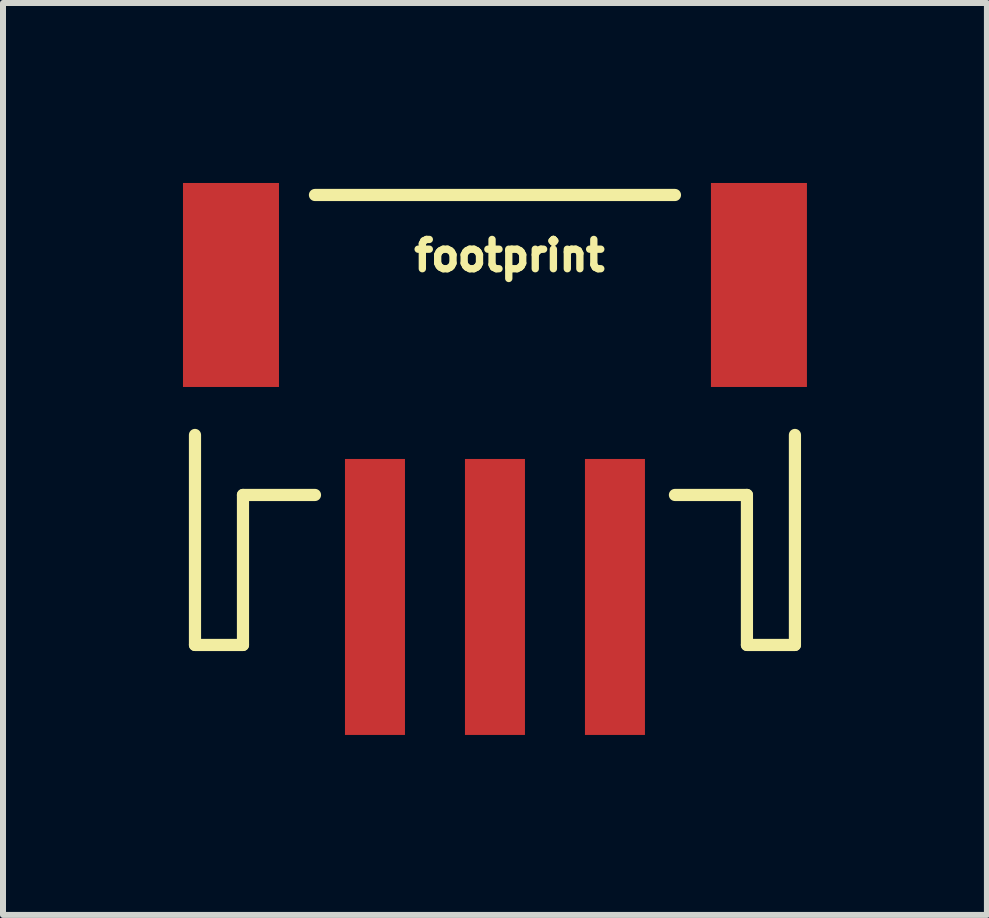
<source format=kicad_pcb>
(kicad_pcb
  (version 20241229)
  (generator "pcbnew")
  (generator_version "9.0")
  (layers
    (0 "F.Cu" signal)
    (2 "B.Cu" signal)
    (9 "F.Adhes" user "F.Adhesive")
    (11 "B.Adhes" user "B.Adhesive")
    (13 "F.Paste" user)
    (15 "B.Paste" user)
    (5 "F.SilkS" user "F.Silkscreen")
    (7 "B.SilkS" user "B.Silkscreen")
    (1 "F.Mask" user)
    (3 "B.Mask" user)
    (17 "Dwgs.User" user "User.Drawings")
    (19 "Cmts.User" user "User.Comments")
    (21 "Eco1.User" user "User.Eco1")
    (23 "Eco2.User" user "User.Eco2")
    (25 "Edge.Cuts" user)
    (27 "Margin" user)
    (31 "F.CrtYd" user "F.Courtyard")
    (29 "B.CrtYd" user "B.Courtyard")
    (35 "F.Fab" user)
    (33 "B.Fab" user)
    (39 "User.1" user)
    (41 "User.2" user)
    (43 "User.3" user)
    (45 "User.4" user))
  (footprint "footprint"
    (layer "F.Cu")
    (at 5.19 2.13)
    (property "Reference" "footprint" (at -1.397 -0.635 0) (layer "F.SilkS") (effects (font (size 0.488 0.488) (thickness 0.122)) (justify left bottom)))
    (fp_line (start -4.99 2.07) (end -4.99 5.57) (stroke (width 0.203) (type solid)) (layer "F.SilkS"))
    (fp_line (start -4.99 5.57) (end -4.19 5.57) (stroke (width 0.203) (type solid)) (layer "F.SilkS"))
    (fp_line (start -4.19 3.07) (end -2.99 3.07) (stroke (width 0.203) (type solid)) (layer "F.SilkS"))
    (fp_line (start -4.19 5.57) (end -4.19 3.07) (stroke (width 0.203) (type solid)) (layer "F.SilkS"))
    (fp_line (start 3.01 -1.93) (end -2.99 -1.93) (stroke (width 0.203) (type solid)) (layer "F.SilkS"))
    (fp_line (start 3.01 3.07) (end 4.21 3.07) (stroke (width 0.203) (type solid)) (layer "F.SilkS"))
    (fp_line (start 4.21 3.07) (end 4.21 5.57) (stroke (width 0.203) (type solid)) (layer "F.SilkS"))
    (fp_line (start 4.21 5.57) (end 5.01 5.57) (stroke (width 0.203) (type solid)) (layer "F.SilkS"))
    (fp_line (start 5.01 5.57) (end 5.01 2.07) (stroke (width 0.203) (type solid)) (layer "F.SilkS"))
    (pad "1" smd rect (at 2.01 4.77) (size 1 4.6) (layers "F.Cu" "F.Mask" "F.Paste"))
    (pad "2" smd rect (at 0.01 4.77) (size 1 4.6) (layers "F.Cu" "F.Mask" "F.Paste"))
    (pad "3" smd rect (at -1.99 4.77) (size 1 4.6) (layers "F.Cu" "F.Mask" "F.Paste"))
    (pad "NC1" smd rect (at -4.39 -0.43 90) (size 3.4 1.6) (layers "F.Cu" "F.Mask" "F.Paste"))
    (pad "NC2" smd rect (at 4.41 -0.43 90) (size 3.4 1.6) (layers "F.Cu" "F.Mask" "F.Paste")))
  (gr_rect
    (start -3 -3)
    (end 13.4 12.2)
    (stroke (width 0.1) (type default))
    (fill no)
    (layer "Edge.Cuts")))
</source>
